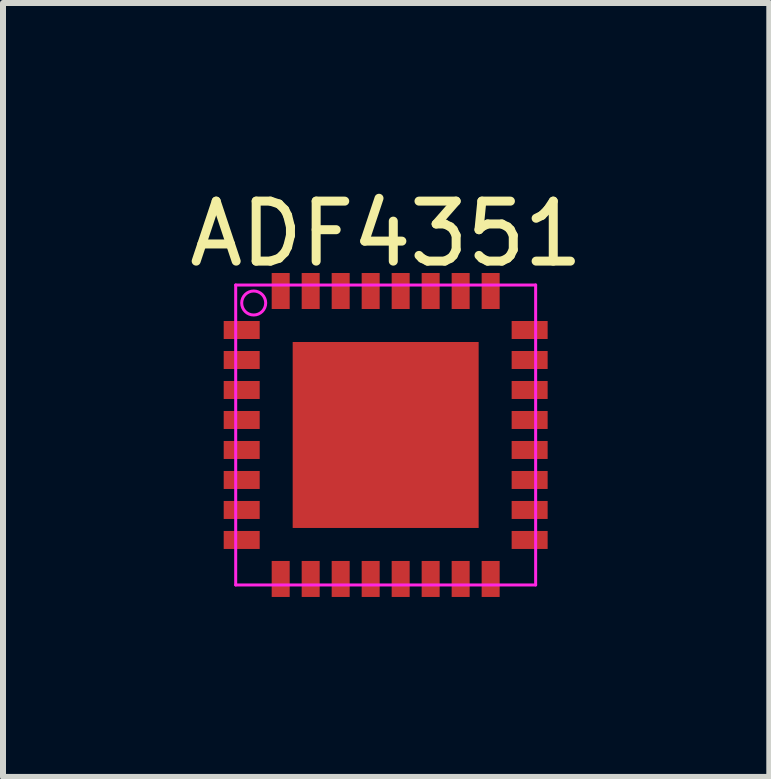
<source format=kicad_pcb>
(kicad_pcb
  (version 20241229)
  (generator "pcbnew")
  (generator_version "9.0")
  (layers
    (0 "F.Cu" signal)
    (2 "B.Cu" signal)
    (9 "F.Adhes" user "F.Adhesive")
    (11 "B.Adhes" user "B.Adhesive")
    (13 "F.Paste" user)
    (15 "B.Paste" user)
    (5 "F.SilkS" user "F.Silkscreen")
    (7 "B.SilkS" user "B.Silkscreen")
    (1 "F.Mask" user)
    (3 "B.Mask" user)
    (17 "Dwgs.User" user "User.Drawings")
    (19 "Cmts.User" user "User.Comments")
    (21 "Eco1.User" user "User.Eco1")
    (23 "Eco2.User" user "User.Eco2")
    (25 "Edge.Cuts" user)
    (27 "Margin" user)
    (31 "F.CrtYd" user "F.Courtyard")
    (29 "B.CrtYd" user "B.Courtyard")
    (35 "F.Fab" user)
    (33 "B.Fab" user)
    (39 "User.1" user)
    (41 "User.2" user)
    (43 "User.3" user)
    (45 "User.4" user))
  (footprint "ADF4351"
    (layer "F.Cu")
    (at 3.379 4.201)
    (property "Reference" "ADF4351" (at 0.008 -3.353 0) (layer "F.SilkS") (effects (font (size 1 1) (thickness 0.15))))
    (attr through_hole)
    (fp_line (start -2.5 -2.5) (end -2.5 2.5) (stroke (width 0.05) (type solid)) (layer "F.CrtYd"))
    (fp_line (start -2.5 -2.5) (end 2.5 -2.5) (stroke (width 0.05) (type solid)) (layer "F.CrtYd"))
    (fp_line (start -2.5 2.5) (end 2.5 2.5) (stroke (width 0.05) (type solid)) (layer "F.CrtYd"))
    (fp_line (start 2.5 -2.5) (end 2.5 2.5) (stroke (width 0.05) (type solid)) (layer "F.CrtYd"))
    (fp_circle (center -2.2 -2.2) (end -2 -2.2) (stroke (width 0.05) (type solid)) (fill no) (layer "F.CrtYd"))
    (pad "1" smd rect (at -2.5 -1.75) (size 0.6 0.3) (drill (offset 0.1 0)) (layers "F.Cu" "F.Mask" "F.Paste"))
    (pad "2" smd rect (at -2.5 -1.25) (size 0.6 0.3) (drill (offset 0.1 0)) (layers "F.Cu" "F.Mask" "F.Paste"))
    (pad "3" smd rect (at -2.5 -0.75) (size 0.6 0.3) (drill (offset 0.1 0)) (layers "F.Cu" "F.Mask" "F.Paste"))
    (pad "4" smd rect (at -2.5 -0.25) (size 0.6 0.3) (drill (offset 0.1 0)) (layers "F.Cu" "F.Mask" "F.Paste"))
    (pad "5" smd rect (at -2.5 0.25) (size 0.6 0.3) (drill (offset 0.1 0)) (layers "F.Cu" "F.Mask" "F.Paste"))
    (pad "6" smd rect (at -2.5 0.75) (size 0.6 0.3) (drill (offset 0.1 0)) (layers "F.Cu" "F.Mask" "F.Paste"))
    (pad "7" smd rect (at -2.5 1.25) (size 0.6 0.3) (drill (offset 0.1 0)) (layers "F.Cu" "F.Mask" "F.Paste"))
    (pad "8" smd rect (at -2.5 1.75) (size 0.6 0.3) (drill (offset 0.1 0)) (layers "F.Cu" "F.Mask" "F.Paste"))
    (pad "9" smd rect (at -1.75 2.5) (size 0.3 0.6) (drill (offset 0 -0.1)) (layers "F.Cu" "F.Mask" "F.Paste"))
    (pad "10" smd rect (at -1.25 2.5) (size 0.3 0.6) (drill (offset 0 -0.1)) (layers "F.Cu" "F.Mask" "F.Paste"))
    (pad "11" smd rect (at -0.75 2.5) (size 0.3 0.6) (drill (offset 0 -0.1)) (layers "F.Cu" "F.Mask" "F.Paste"))
    (pad "12" smd rect (at -0.25 2.5) (size 0.3 0.6) (drill (offset 0 -0.1)) (layers "F.Cu" "F.Mask" "F.Paste"))
    (pad "13" smd rect (at 0.25 2.5) (size 0.3 0.6) (drill (offset 0 -0.1)) (layers "F.Cu" "F.Mask" "F.Paste"))
    (pad "14" smd rect (at 0.75 2.5) (size 0.3 0.6) (drill (offset 0 -0.1)) (layers "F.Cu" "F.Mask" "F.Paste"))
    (pad "15" smd rect (at 1.25 2.5) (size 0.3 0.6) (drill (offset 0 -0.1)) (layers "F.Cu" "F.Mask" "F.Paste"))
    (pad "16" smd rect (at 1.75 2.5) (size 0.3 0.6) (drill (offset 0 -0.1)) (layers "F.Cu" "F.Mask" "F.Paste"))
    (pad "17" smd rect (at 2.5 1.75) (size 0.6 0.3) (drill (offset -0.1 0)) (layers "F.Cu" "F.Mask" "F.Paste"))
    (pad "18" smd rect (at 2.5 1.25) (size 0.6 0.3) (drill (offset -0.1 0)) (layers "F.Cu" "F.Mask" "F.Paste"))
    (pad "19" smd rect (at 2.5 0.75) (size 0.6 0.3) (drill (offset -0.1 0)) (layers "F.Cu" "F.Mask" "F.Paste"))
    (pad "20" smd rect (at 2.5 0.25) (size 0.6 0.3) (drill (offset -0.1 0)) (layers "F.Cu" "F.Mask" "F.Paste"))
    (pad "21" smd rect (at 2.5 -0.25) (size 0.6 0.3) (drill (offset -0.1 0)) (layers "F.Cu" "F.Mask" "F.Paste"))
    (pad "22" smd rect (at 2.5 -0.75) (size 0.6 0.3) (drill (offset -0.1 0)) (layers "F.Cu" "F.Mask" "F.Paste"))
    (pad "23" smd rect (at 2.5 -1.25) (size 0.6 0.3) (drill (offset -0.1 0)) (layers "F.Cu" "F.Mask" "F.Paste"))
    (pad "24" smd rect (at 2.5 -1.75) (size 0.6 0.3) (drill (offset -0.1 0)) (layers "F.Cu" "F.Mask" "F.Paste"))
    (pad "25" smd rect (at 1.75 -2.5) (size 0.3 0.6) (drill (offset 0 0.1)) (layers "F.Cu" "F.Mask" "F.Paste"))
    (pad "26" smd rect (at 1.25 -2.5) (size 0.3 0.6) (drill (offset 0 0.1)) (layers "F.Cu" "F.Mask" "F.Paste"))
    (pad "27" smd rect (at 0.75 -2.5) (size 0.3 0.6) (drill (offset 0 0.1)) (layers "F.Cu" "F.Mask" "F.Paste"))
    (pad "28" smd rect (at 0.25 -2.5) (size 0.3 0.6) (drill (offset 0 0.1)) (layers "F.Cu" "F.Mask" "F.Paste"))
    (pad "29" smd rect (at -0.25 -2.5) (size 0.3 0.6) (drill (offset 0 0.1)) (layers "F.Cu" "F.Mask" "F.Paste"))
    (pad "30" smd rect (at -0.75 -2.5) (size 0.3 0.6) (drill (offset 0 0.1)) (layers "F.Cu" "F.Mask" "F.Paste"))
    (pad "31" smd rect (at -1.25 -2.5) (size 0.3 0.6) (drill (offset 0 0.1)) (layers "F.Cu" "F.Mask" "F.Paste"))
    (pad "32" smd rect (at -1.75 -2.5) (size 0.3 0.6) (drill (offset 0 0.1)) (layers "F.Cu" "F.Mask" "F.Paste"))
    (pad "GND" smd rect (at 0 0) (size 3.1 3.1) (layers "F.Cu" "F.Mask" "F.Paste")))
  (gr_rect
    (start -3 -3)
    (end 9.774 9.901)
    (stroke (width 0.1) (type default))
    (fill no)
    (layer "Edge.Cuts")))
</source>
